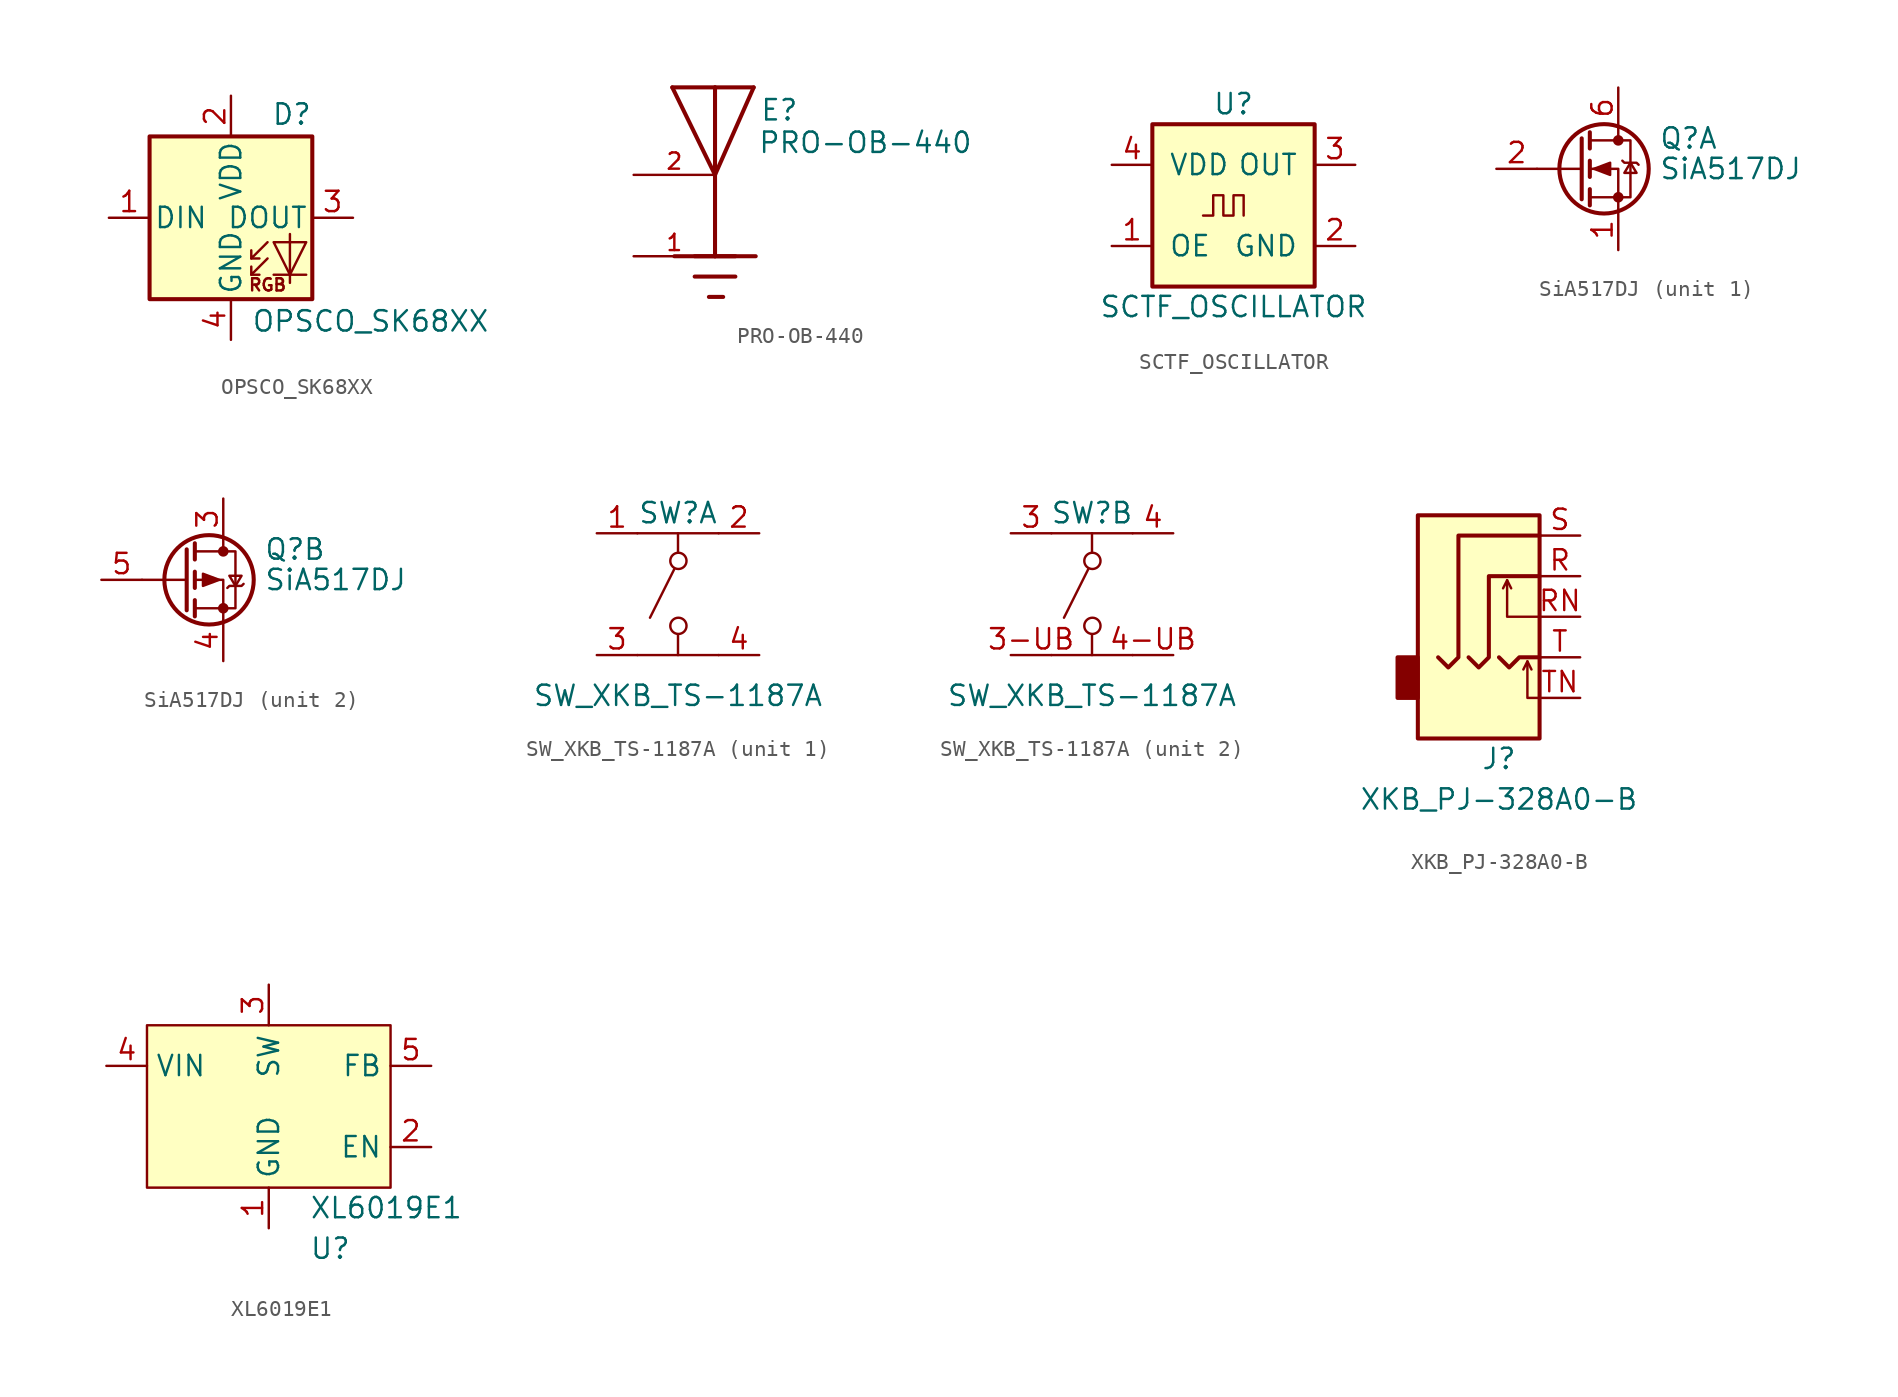
<source format=kicad_sym>
(kicad_symbol_lib
  (version 20220914)
  (generator kicad_symbol_editor)
  (symbol "OPSCO_SK68XX"
    (pin_names
      (offset 0.254))
    (property "Reference" "D"
      (at 5.08 5.715 0)
      (effects (font (size 1.27 1.27)) (justify right bottom)))
    (property "Value" "OPSCO_SK68XX"
      (at 1.27 -5.715 0)
      (effects (font (size 1.27 1.27)) (justify left top)))
    (symbol "OPSCO_SK68XX_0_0"
      (text "RGB" (at 2.286 -4.191 0) (effects (font (size 0.762 0.762)))))
    (symbol "OPSCO_SK68XX_0_1"
      (polyline (pts (xy 1.27 -3.556) (xy 1.778 -3.556)) (stroke (width 0) (type default)) (fill (type none)))
      (polyline (pts (xy 1.27 -2.54) (xy 1.778 -2.54)) (stroke (width 0) (type default)) (fill (type none)))
      (polyline (pts (xy 4.699 -3.556) (xy 2.667 -3.556)) (stroke (width 0) (type default)) (fill (type none)))
      (polyline (pts (xy 2.286 -2.54) (xy 1.27 -3.556) (xy 1.27 -3.048)) (stroke (width 0) (type default)) (fill (type none)))
      (polyline (pts (xy 2.286 -1.524) (xy 1.27 -2.54) (xy 1.27 -2.032)) (stroke (width 0) (type default)) (fill (type none)))
      (polyline (pts (xy 3.683 -1.016) (xy 3.683 -3.556) (xy 3.683 -4.064)) (stroke (width 0) (type default)) (fill (type none)))
      (polyline (pts (xy 4.699 -1.524) (xy 2.667 -1.524) (xy 3.683 -3.556) (xy 4.699 -1.524)) (stroke (width 0) (type default)) (fill (type none)))
      (rectangle (start 5.08 5.08) (end -5.08 -5.08) (stroke (width 0.254) (type default)) (fill (type background))))
    (symbol "OPSCO_SK68XX_1_1"
      (pin input line (at -7.62 0 0) (length 2.54) (name "DIN" (effects (font (size 1.27 1.27)))) (number "1" (effects (font (size 1.27 1.27)))))
      (pin power_in line (at 0 7.62 270) (length 2.54) (name "VDD" (effects (font (size 1.27 1.27)))) (number "2" (effects (font (size 1.27 1.27)))))
      (pin output line (at 7.62 0 180) (length 2.54) (name "DOUT" (effects (font (size 1.27 1.27)))) (number "3" (effects (font (size 1.27 1.27)))))
      (pin power_in line (at 0 -7.62 90) (length 2.54) (name "GND" (effects (font (size 1.27 1.27)))) (number "4" (effects (font (size 1.27 1.27)))))))
  (symbol "PRO-OB-440"
    (pin_names
      (offset 1.016) hide)
    (property "Reference" "E"
      (at 2.794 3.302 0)
      (effects (font (size 1.27 1.27)) (justify left bottom)))
    (property "Value" "PRO-OB-440"
      (at 2.667 1.27 0)
      (effects (font (size 1.27 1.27)) (justify left bottom)))
    (symbol "PRO-OB-440_0_0"
      (polyline (pts (xy -2.667 5.461) (xy 0 5.461)) (stroke (width 0.254) (type default)) (fill (type none)))
      (polyline (pts (xy -2.54 -5.08) (xy 2.54 -5.08)) (stroke (width 0.254) (type default)) (fill (type none)))
      (polyline (pts (xy -1.27 -6.35) (xy 1.27 -6.35)) (stroke (width 0.254) (type default)) (fill (type none)))
      (polyline (pts (xy -0.381 -7.62) (xy 0.508 -7.62)) (stroke (width 0.254) (type default)) (fill (type none)))
      (polyline (pts (xy 0 -5.08) (xy -1.27 -5.08)) (stroke (width 0.254) (type default)) (fill (type none)))
      (polyline (pts (xy 0 -5.08) (xy 1.27 -5.08)) (stroke (width 0.254) (type default)) (fill (type none)))
      (polyline (pts (xy 0 0) (xy -2.667 5.461)) (stroke (width 0.254) (type default)) (fill (type none)))
      (polyline (pts (xy 0 0) (xy 0 -5.08)) (stroke (width 0.254) (type default)) (fill (type none)))
      (polyline (pts (xy 0 5.461) (xy 0 0)) (stroke (width 0.254) (type default)) (fill (type none)))
      (polyline (pts (xy 0 5.461) (xy 2.413 5.461)) (stroke (width 0.254) (type default)) (fill (type none)))
      (polyline (pts (xy 2.413 5.461) (xy 0 0)) (stroke (width 0.254) (type default)) (fill (type none)))
      (pin power_in line (at -5.08 -5.08 0) (length 5.08) (name "~" (effects (font (size 1.016 1.016)))) (number "1" (effects (font (size 1.016 1.016)))))
      (pin input line (at -5.08 0 0) (length 5.08) (name "~" (effects (font (size 1.016 1.016)))) (number "2" (effects (font (size 1.016 1.016)))))))
  (symbol "SCTF_OSCILLATOR"
    (pin_names
      (offset 1.016))
    (property "Reference" "U"
      (at 0 6.35 0)
      (effects (font (size 1.27 1.27))))
    (property "Value" "SCTF_OSCILLATOR"
      (at 0 -6.35 0)
      (effects (font (size 1.27 1.27))))
    (symbol "SCTF_OSCILLATOR_1_1"
      (rectangle (start -5.08 5.08) (end 5.08 -5.08) (stroke (width 0.254) (type default)) (fill (type background)))
      (polyline (pts (xy -1.905 -0.635) (xy -1.27 -0.635) (xy -1.27 0.635) (xy -0.635 0.635) (xy -0.635 -0.635) (xy 0 -0.635) (xy 0 0.635) (xy 0.635 0.635) (xy 0.635 -0.635)) (stroke (width 0) (type default)) (fill (type none)))
      (pin input line (at -7.62 -2.54 0) (length 2.54) (name "OE" (effects (font (size 1.27 1.27)))) (number "1" (effects (font (size 1.27 1.27)))))
      (pin power_in line (at 7.62 -2.54 180) (length 2.54) (name "GND" (effects (font (size 1.27 1.27)))) (number "2" (effects (font (size 1.27 1.27)))))
      (pin output line (at 7.62 2.54 180) (length 2.54) (name "OUT" (effects (font (size 1.27 1.27)))) (number "3" (effects (font (size 1.27 1.27)))))
      (pin power_in line (at -7.62 2.54 0) (length 2.54) (name "VDD" (effects (font (size 1.27 1.27)))) (number "4" (effects (font (size 1.27 1.27)))))))
  (symbol "SiA517DJ"
    (pin_names hide)
    (property "Reference" "Q"
      (at 5.08 1.905 0)
      (effects (font (size 1.27 1.27)) (justify left)))
    (property "Value" "SiA517DJ"
      (at 5.08 0 0)
      (effects (font (size 1.27 1.27)) (justify left)))
    (symbol "SiA517DJ_0_1"
      (polyline (pts (xy 0.254 0) (xy -2.54 0)) (stroke (width 0) (type default)) (fill (type none)))
      (polyline (pts (xy 0.254 1.905) (xy 0.254 -1.905)) (stroke (width 0.254) (type default)) (fill (type none)))
      (polyline (pts (xy 0.762 -1.27) (xy 0.762 -2.286)) (stroke (width 0.254) (type default)) (fill (type none)))
      (polyline (pts (xy 0.762 0.508) (xy 0.762 -0.508)) (stroke (width 0.254) (type default)) (fill (type none)))
      (polyline (pts (xy 0.762 2.286) (xy 0.762 1.27)) (stroke (width 0.254) (type default)) (fill (type none)))
      (polyline (pts (xy 2.54 2.54) (xy 2.54 1.778)) (stroke (width 0) (type default)) (fill (type none)))
      (polyline (pts (xy 2.54 -2.54) (xy 2.54 0) (xy 0.762 0)) (stroke (width 0) (type default)) (fill (type none)))
      (polyline (pts (xy 0.762 -1.778) (xy 3.302 -1.778) (xy 3.302 1.778) (xy 0.762 1.778)) (stroke (width 0) (type default)) (fill (type none)))
      (circle (center 1.651 0) (radius 2.794) (stroke (width 0.254) (type default)) (fill (type none)))
      (circle (center 2.54 -1.778) (radius 0.254) (stroke (width 0) (type default)) (fill (type outline)))
      (circle (center 2.54 1.778) (radius 0.254) (stroke (width 0) (type default)) (fill (type outline))))
    (symbol "SiA517DJ_1_1"
      (polyline (pts (xy 1.016 0) (xy 2.032 0.381) (xy 2.032 -0.381) (xy 1.016 0)) (stroke (width 0) (type default)) (fill (type outline)))
      (polyline (pts (xy 2.794 0.508) (xy 2.921 0.381) (xy 3.683 0.381) (xy 3.81 0.254)) (stroke (width 0) (type default)) (fill (type none)))
      (polyline (pts (xy 3.302 0.381) (xy 2.921 -0.254) (xy 3.683 -0.254) (xy 3.302 0.381)) (stroke (width 0) (type default)) (fill (type none)))
      (pin passive line (at 2.54 -5.08 90) (length 2.54) (name "S" (effects (font (size 1.27 1.27)))) (number "1" (effects (font (size 1.27 1.27)))))
      (pin input line (at -5.08 0 0) (length 2.54) (name "G" (effects (font (size 1.27 1.27)))) (number "2" (effects (font (size 1.27 1.27)))))
      (pin passive line (at 2.54 5.08 270) (length 2.54) (name "D" (effects (font (size 1.27 1.27)))) (number "6" (effects (font (size 1.27 1.27))))))
    (symbol "SiA517DJ_2_1"
      (polyline (pts (xy 2.286 0) (xy 1.27 0.381) (xy 1.27 -0.381) (xy 2.286 0)) (stroke (width 0) (type default)) (fill (type outline)))
      (polyline (pts (xy 2.794 -0.508) (xy 2.921 -0.381) (xy 3.683 -0.381) (xy 3.81 -0.254)) (stroke (width 0) (type default)) (fill (type none)))
      (polyline (pts (xy 3.302 -0.381) (xy 2.921 0.254) (xy 3.683 0.254) (xy 3.302 -0.381)) (stroke (width 0) (type default)) (fill (type none)))
      (pin passive line (at 2.54 5.08 270) (length 2.54) (name "D" (effects (font (size 1.27 1.27)))) (number "3" (effects (font (size 1.27 1.27)))))
      (pin passive line (at 2.54 -5.08 90) (length 2.54) (name "S" (effects (font (size 1.27 1.27)))) (number "4" (effects (font (size 1.27 1.27)))))
      (pin input line (at -5.08 0 0) (length 2.54) (name "G" (effects (font (size 1.27 1.27)))) (number "5" (effects (font (size 1.27 1.27)))))))
  (symbol "SW_XKB_TS-1187A"
    (pin_names
      (offset 0) hide)
    (property "Reference" "SW"
      (at 0 5.08 0)
      (effects (font (size 1.27 1.27))))
    (property "Value" "SW_XKB_TS-1187A"
      (at 0 -6.35 0)
      (effects (font (size 1.27 1.27))))
    (symbol "SW_XKB_TS-1187A_0_0"
      (polyline (pts (xy -0.229 1.575) (xy -1.753 -1.473)) (stroke (width 0) (type default)) (fill (type none)))
      (circle (center 0.025 -1.981) (radius 0.508) (stroke (width 0) (type default)) (fill (type none)))
      (circle (center 0.025 2.083) (radius 0.508) (stroke (width 0) (type default)) (fill (type none))))
    (symbol "SW_XKB_TS-1187A_0_1"
      (polyline (pts (xy -2.54 -3.81) (xy 2.54 -3.81)) (stroke (width 0) (type default)) (fill (type none)))
      (polyline (pts (xy -2.54 3.81) (xy 2.54 3.81)) (stroke (width 0) (type default)) (fill (type none)))
      (polyline (pts (xy 0 -3.81) (xy 0 -2.54)) (stroke (width 0) (type default)) (fill (type none)))
      (polyline (pts (xy 0 3.81) (xy 0 2.667)) (stroke (width 0) (type default)) (fill (type none))))
    (symbol "SW_XKB_TS-1187A_1_1"
      (pin passive line (at -5.08 3.81 0) (length 2.54) (name "A" (effects (font (size 1.27 1.27)))) (number "1" (effects (font (size 1.27 1.27)))))
      (pin passive line (at 5.08 3.81 180) (length 2.54) (name "B" (effects (font (size 1.27 1.27)))) (number "2" (effects (font (size 1.27 1.27)))))
      (pin passive line (at -5.08 -3.81 0) (length 2.54) (name "C" (effects (font (size 1.27 1.27)))) (number "3" (effects (font (size 1.27 1.27)))))
      (pin passive line (at 5.08 -3.81 180) (length 2.54) (name "D" (effects (font (size 1.27 1.27)))) (number "4" (effects (font (size 1.27 1.27))))))
    (symbol "SW_XKB_TS-1187A_2_1"
      (pin passive line (at -5.08 3.81 0) (length 2.54) (name "A" (effects (font (size 1.27 1.27)))) (number "3" (effects (font (size 1.27 1.27)))))
      (pin passive line (at -5.08 -3.81 0) (length 2.54) (name "C" (effects (font (size 1.27 1.27)))) (number "3-UB" (effects (font (size 1.27 1.27)))))
      (pin passive line (at 5.08 3.81 180) (length 2.54) (name "B" (effects (font (size 1.27 1.27)))) (number "4" (effects (font (size 1.27 1.27)))))
      (pin passive line (at 5.08 -3.81 180) (length 2.54) (name "D" (effects (font (size 1.27 1.27)))) (number "4-UB" (effects (font (size 1.27 1.27)))))))
  (symbol "XKB_PJ-328A0-B"
    (property "Reference" "J"
      (at 0 -11.43 0)
      (effects (font (size 1.27 1.27))))
    (property "Value" "XKB_PJ-328A0-B"
      (at 0 -13.97 0)
      (effects (font (size 1.27 1.27))))
    (symbol "XKB_PJ-328A0-B_0_1"
      (rectangle (start -5.08 -5.08) (end -6.35 -7.62) (stroke (width 0.254) (type default)) (fill (type outline)))
      (polyline (pts (xy 0.508 -0.254) (xy 0.762 -0.762)) (stroke (width 0) (type default)) (fill (type none)))
      (polyline (pts (xy 1.778 -5.334) (xy 2.032 -5.842)) (stroke (width 0) (type default)) (fill (type none)))
      (polyline (pts (xy 0 -5.08) (xy 0.635 -5.715) (xy 1.27 -5.08) (xy 2.54 -5.08)) (stroke (width 0.254) (type default)) (fill (type none)))
      (polyline (pts (xy 2.54 -7.62) (xy 1.778 -7.62) (xy 1.778 -5.334) (xy 1.524 -5.842)) (stroke (width 0) (type default)) (fill (type none)))
      (polyline (pts (xy 2.54 -2.54) (xy 0.508 -2.54) (xy 0.508 -0.254) (xy 0.254 -0.762)) (stroke (width 0) (type default)) (fill (type none)))
      (polyline (pts (xy -1.905 -5.08) (xy -1.27 -5.715) (xy -0.635 -5.08) (xy -0.635 0) (xy 2.54 0)) (stroke (width 0.254) (type default)) (fill (type none)))
      (polyline (pts (xy 2.54 2.54) (xy -2.54 2.54) (xy -2.54 -5.08) (xy -3.175 -5.715) (xy -3.81 -5.08)) (stroke (width 0.254) (type default)) (fill (type none)))
      (rectangle (start 2.54 3.81) (end -5.08 -10.16) (stroke (width 0.254) (type default)) (fill (type background))))
    (symbol "XKB_PJ-328A0-B_1_1"
      (pin passive line (at 5.08 0 180) (length 2.54) (name "~" (effects (font (size 1.27 1.27)))) (number "R" (effects (font (size 1.27 1.27)))))
      (pin passive line (at 5.08 -2.54 180) (length 2.54) (name "~" (effects (font (size 1.27 1.27)))) (number "RN" (effects (font (size 1.27 1.27)))))
      (pin passive line (at 5.08 2.54 180) (length 2.54) (name "~" (effects (font (size 1.27 1.27)))) (number "S" (effects (font (size 1.27 1.27)))))
      (pin passive line (at 5.08 -5.08 180) (length 2.54) (name "~" (effects (font (size 1.27 1.27)))) (number "T" (effects (font (size 1.27 1.27)))))
      (pin passive line (at 5.08 -7.62 180) (length 2.54) (name "~" (effects (font (size 1.27 1.27)))) (number "TN" (effects (font (size 1.27 1.27)))))))
  (symbol "XL6019E1"
    (property "Reference" "U"
      (at 2.54 -8.89 0)
      (effects (font (size 1.27 1.27)) (justify left)))
    (property "Value" "XL6019E1"
      (at 2.54 -6.35 0)
      (effects (font (size 1.27 1.27)) (justify left)))
    (symbol "XL6019E1_0_1"
      (rectangle (start -7.62 5.08) (end 7.62 -5.08) (stroke (width 0.152) (type default)) (fill (type background))))
    (symbol "XL6019E1_1_1"
      (pin power_in line (at 0 -7.62 90) (length 2.54) (name "GND" (effects (font (size 1.27 1.27)))) (number "1" (effects (font (size 1.27 1.27)))))
      (pin input line (at 10.16 -2.54 180) (length 2.54) (name "EN" (effects (font (size 1.27 1.27)))) (number "2" (effects (font (size 1.27 1.27)))))
      (pin passive line (at 0 7.62 270) (length 2.54) (name "SW" (effects (font (size 1.27 1.27)))) (number "3" (effects (font (size 1.27 1.27)))))
      (pin power_in line (at -10.16 2.54 0) (length 2.54) (name "VIN" (effects (font (size 1.27 1.27)))) (number "4" (effects (font (size 1.27 1.27)))))
      (pin passive line (at 10.16 2.54 180) (length 2.54) (name "FB" (effects (font (size 1.27 1.27)))) (number "5" (effects (font (size 1.27 1.27)))))
      (pin passive line (at 0 7.62 270) (length 2.54) hide (name "SW" (effects (font (size 1.27 1.27)))) (number "6" (effects (font (size 1.27 1.27))))))))
</source>
